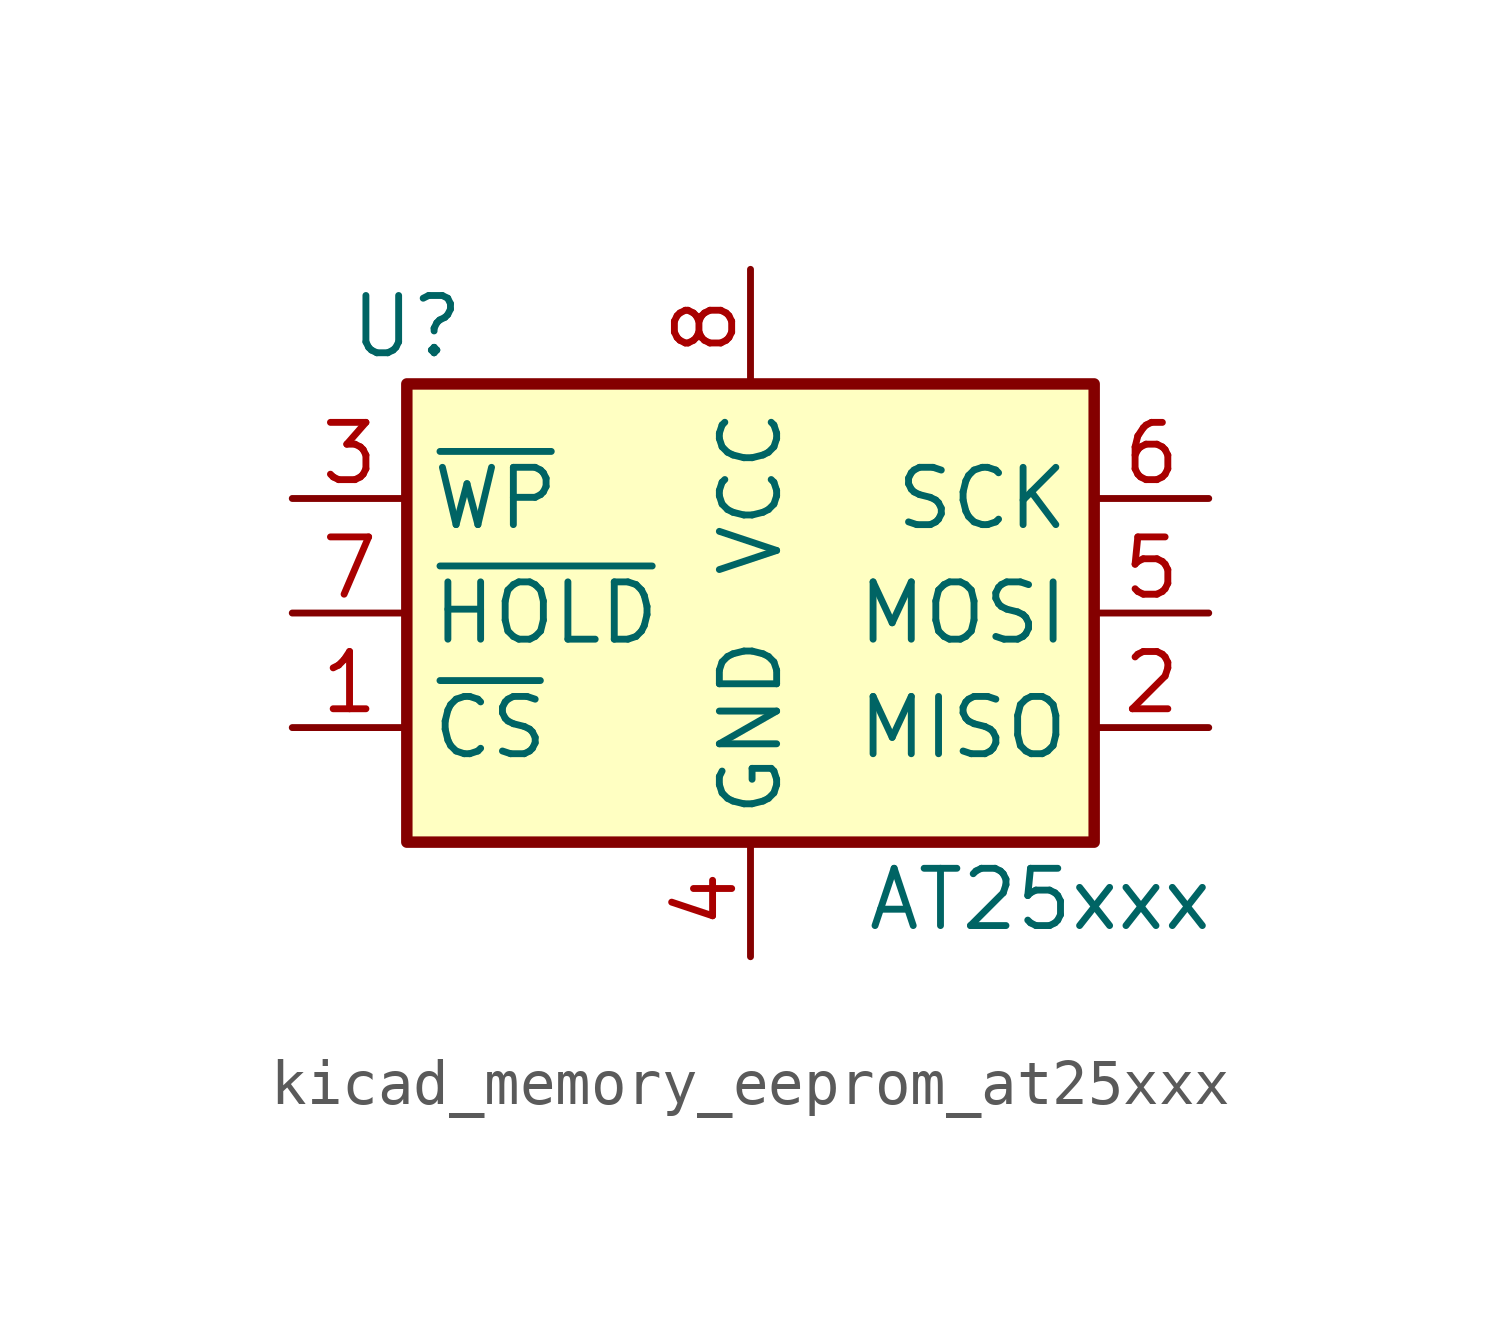
<source format=kicad_sym>
(kicad_symbol_lib
  (version 20220914)
  (generator kicad_symbol_editor)
  (symbol "kicad_memory_eeprom_at25xxx"
    (property "Reference" "U"
      (at -7.62 6.35 0)
      (effects (font (size 1.27 1.27))))
    (property "Value" "AT25xxx"
      (at 2.54 -6.35 0)
      (effects (font (size 1.27 1.27)) (justify left)))
    (symbol "kicad_memory_eeprom_at25xxx_1_1"
      (rectangle (start -7.62 5.08) (end 7.62 -5.08) (stroke (width 0.254) (type default)) (fill (type background)))
      (pin input line (at -10.16 -2.54 0) (length 2.54) (name "~{CS}" (effects (font (size 1.27 1.27)))) (number "1" (effects (font (size 1.27 1.27)))))
      (pin tri_state line (at 10.16 -2.54 180) (length 2.54) (name "MISO" (effects (font (size 1.27 1.27)))) (number "2" (effects (font (size 1.27 1.27)))))
      (pin input line (at -10.16 2.54 0) (length 2.54) (name "~{WP}" (effects (font (size 1.27 1.27)))) (number "3" (effects (font (size 1.27 1.27)))))
      (pin power_in line (at 0 -7.62 90) (length 2.54) (name "GND" (effects (font (size 1.27 1.27)))) (number "4" (effects (font (size 1.27 1.27)))))
      (pin input line (at 10.16 0 180) (length 2.54) (name "MOSI" (effects (font (size 1.27 1.27)))) (number "5" (effects (font (size 1.27 1.27)))))
      (pin input line (at 10.16 2.54 180) (length 2.54) (name "SCK" (effects (font (size 1.27 1.27)))) (number "6" (effects (font (size 1.27 1.27)))))
      (pin input line (at -10.16 0 0) (length 2.54) (name "~{HOLD}" (effects (font (size 1.27 1.27)))) (number "7" (effects (font (size 1.27 1.27)))))
      (pin power_in line (at 0 7.62 270) (length 2.54) (name "VCC" (effects (font (size 1.27 1.27)))) (number "8" (effects (font (size 1.27 1.27))))))))
</source>
